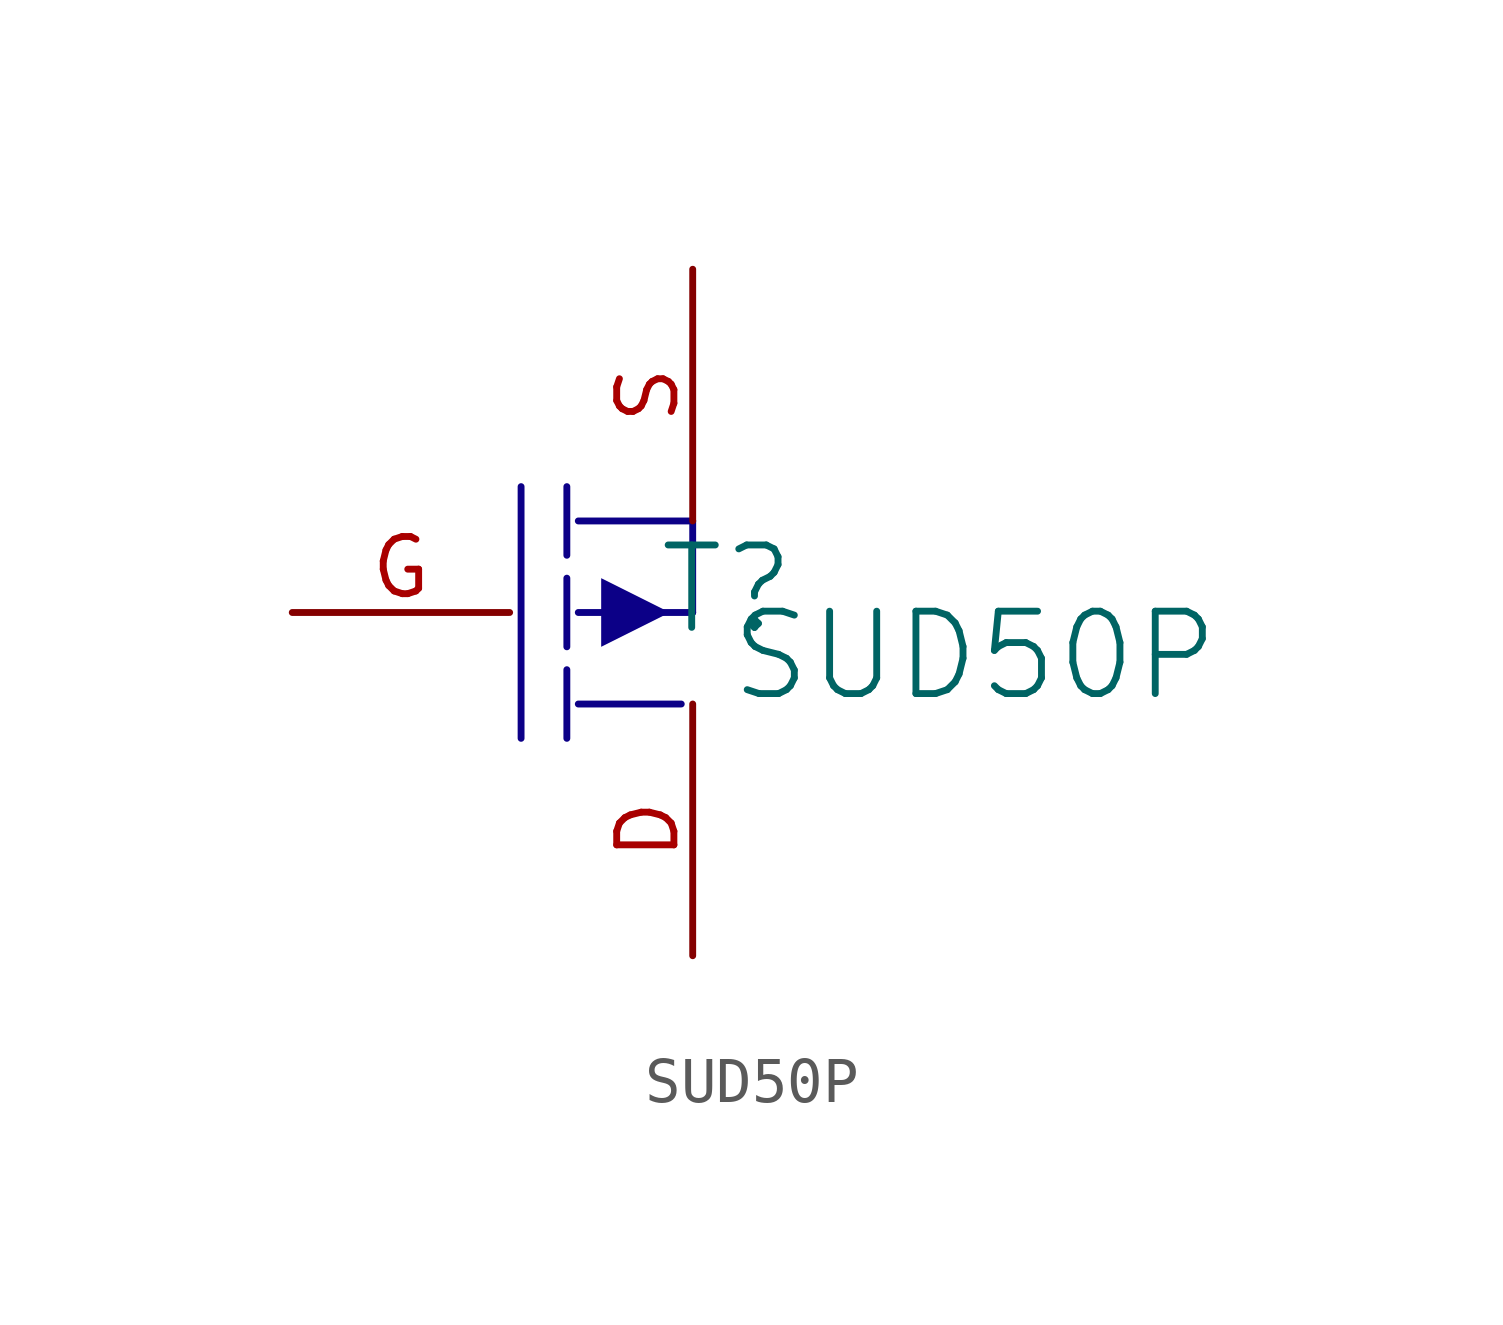
<source format=kicad_sym>
(kicad_symbol_lib
  (version 20241209)
  (generator "kicad_symbol_editor")
  (generator_version "9.0")
  (symbol "SUD50P"
    (pin_names
      (hide yes))
    (property "Reference" "T"
      (at 5.842 0.508 0)
      (effects (font (size 1.829 1.829))))
    (property "Value" "SUD50P"
      (at 5.842 -2.032 0)
      (effects (font (size 1.829 1.829)) (justify left bottom)))
    (symbol "SUD50P_1_0"
      (polyline (pts (xy 1.27 2.794) (xy 1.27 -2.794)) (stroke (width 0) (type solid) (color 12 0 135 1)) (fill (type none)))
      (polyline (pts (xy 2.286 2.794) (xy 2.286 1.27)) (stroke (width 0) (type solid) (color 12 0 135 1)) (fill (type none)))
      (polyline (pts (xy 2.286 0.762) (xy 2.286 -0.762)) (stroke (width 0) (type solid) (color 12 0 135 1)) (fill (type none)))
      (polyline (pts (xy 2.286 -1.27) (xy 2.286 -2.794)) (stroke (width 0) (type solid) (color 12 0 135 1)) (fill (type none)))
      (polyline (pts (xy 2.54 0) (xy 5.08 0)) (stroke (width 0) (type solid) (color 12 0 135 1)) (fill (type none)))
      (polyline (pts (xy 2.54 -2.032) (xy 4.826 -2.032)) (stroke (width 0) (type solid) (color 12 0 135 1)) (fill (type none)))
      (polyline (pts (xy 3.048 0.762) (xy 3.048 -0.762) (xy 4.572 0) (xy 3.048 0.762)) (stroke (width -0.0001) (type solid) (color 12 0 135 1)) (fill (type outline)))
      (polyline (pts (xy 5.08 2.032) (xy 2.54 2.032)) (stroke (width 0) (type solid) (color 12 0 135 1)) (fill (type none)))
      (polyline (pts (xy 5.08 0) (xy 5.08 2.032)) (stroke (width 0) (type solid) (color 12 0 135 1)) (fill (type none)))
      (pin passive line (at -3.81 0 0) (length 4.826) (name "G" (effects (font (size 1.27 1.27)))) (number "G" (effects (font (size 1.27 1.27)))))
      (pin passive line (at 5.08 7.62 270) (length 5.588) (name "S" (effects (font (size 1.27 1.27)))) (number "S" (effects (font (size 1.27 1.27)))))
      (pin passive line (at 5.08 -7.62 90) (length 5.588) (name "D" (effects (font (size 1.27 1.27)))) (number "D" (effects (font (size 1.27 1.27))))))))
</source>
